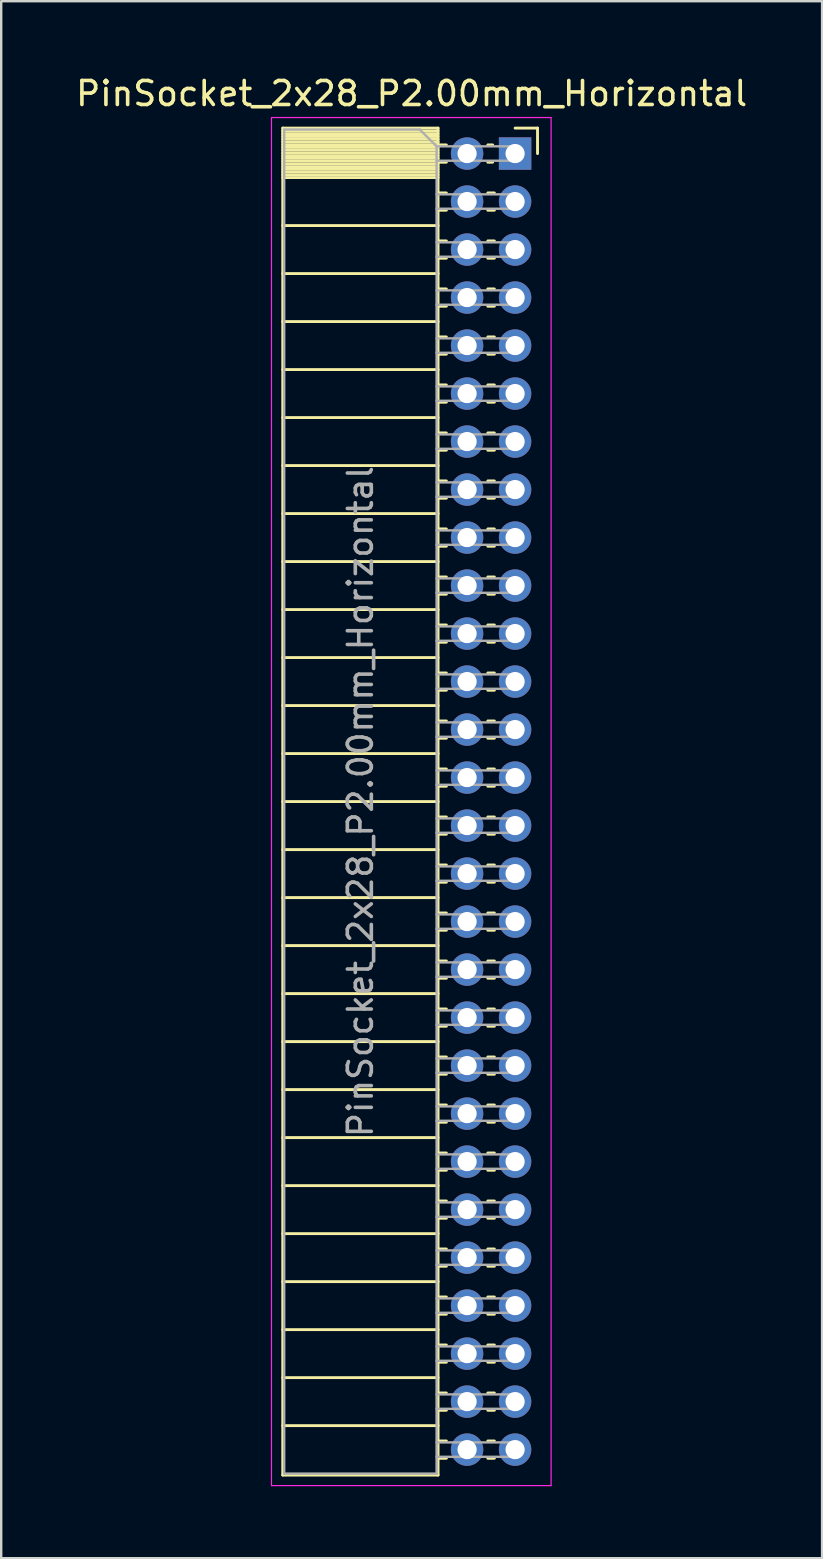
<source format=kicad_pcb>
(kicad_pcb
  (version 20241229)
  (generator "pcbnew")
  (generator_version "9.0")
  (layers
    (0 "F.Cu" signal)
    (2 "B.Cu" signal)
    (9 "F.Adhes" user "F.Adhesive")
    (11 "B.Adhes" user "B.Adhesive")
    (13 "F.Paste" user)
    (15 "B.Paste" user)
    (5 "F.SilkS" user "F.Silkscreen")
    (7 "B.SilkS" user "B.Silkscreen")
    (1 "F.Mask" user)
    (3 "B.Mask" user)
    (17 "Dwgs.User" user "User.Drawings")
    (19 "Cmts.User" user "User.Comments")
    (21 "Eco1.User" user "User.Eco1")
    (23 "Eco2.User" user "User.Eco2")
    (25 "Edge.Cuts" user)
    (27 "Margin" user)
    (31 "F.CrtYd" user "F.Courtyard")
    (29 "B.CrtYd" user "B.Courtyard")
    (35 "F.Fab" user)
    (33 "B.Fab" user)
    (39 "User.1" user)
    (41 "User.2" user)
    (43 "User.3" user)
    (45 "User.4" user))
  (footprint "PinSocket_2x28_P2.00mm_Horizontal"
    (layer "F.Cu")
    (at 18.411 3.348)
    (property "Reference" "PinSocket_2x28_P2.00mm_Horizontal" (at -4.31 -2.5 0) (layer "F.SilkS") (effects (font (size 1 1) (thickness 0.15))))
    (attr through_hole)
    (fp_line (start -9.68 -1.06) (end -9.68 55.06) (stroke (width 0.12) (type solid)) (layer "F.SilkS"))
    (fp_line (start -9.68 -1.06) (end -3.21 -1.06) (stroke (width 0.12) (type solid)) (layer "F.SilkS"))
    (fp_line (start -9.68 -0.94) (end -3.21 -0.94) (stroke (width 0.12) (type solid)) (layer "F.SilkS"))
    (fp_line (start -9.68 -0.826) (end -3.21 -0.826) (stroke (width 0.12) (type solid)) (layer "F.SilkS"))
    (fp_line (start -9.68 -0.712) (end -3.21 -0.712) (stroke (width 0.12) (type solid)) (layer "F.SilkS"))
    (fp_line (start -9.68 -0.598) (end -3.21 -0.598) (stroke (width 0.12) (type solid)) (layer "F.SilkS"))
    (fp_line (start -9.68 -0.484) (end -3.21 -0.484) (stroke (width 0.12) (type solid)) (layer "F.SilkS"))
    (fp_line (start -9.68 -0.369) (end -3.21 -0.369) (stroke (width 0.12) (type solid)) (layer "F.SilkS"))
    (fp_line (start -9.68 -0.255) (end -3.21 -0.255) (stroke (width 0.12) (type solid)) (layer "F.SilkS"))
    (fp_line (start -9.68 -0.141) (end -3.21 -0.141) (stroke (width 0.12) (type solid)) (layer "F.SilkS"))
    (fp_line (start -9.68 -0.027) (end -3.21 -0.027) (stroke (width 0.12) (type solid)) (layer "F.SilkS"))
    (fp_line (start -9.68 0.087) (end -3.21 0.087) (stroke (width 0.12) (type solid)) (layer "F.SilkS"))
    (fp_line (start -9.68 0.201) (end -3.21 0.201) (stroke (width 0.12) (type solid)) (layer "F.SilkS"))
    (fp_line (start -9.68 0.315) (end -3.21 0.315) (stroke (width 0.12) (type solid)) (layer "F.SilkS"))
    (fp_line (start -9.68 0.429) (end -3.21 0.429) (stroke (width 0.12) (type solid)) (layer "F.SilkS"))
    (fp_line (start -9.68 0.544) (end -3.21 0.544) (stroke (width 0.12) (type solid)) (layer "F.SilkS"))
    (fp_line (start -9.68 0.658) (end -3.21 0.658) (stroke (width 0.12) (type solid)) (layer "F.SilkS"))
    (fp_line (start -9.68 0.772) (end -3.21 0.772) (stroke (width 0.12) (type solid)) (layer "F.SilkS"))
    (fp_line (start -9.68 0.886) (end -3.21 0.886) (stroke (width 0.12) (type solid)) (layer "F.SilkS"))
    (fp_line (start -9.68 1) (end -3.21 1) (stroke (width 0.12) (type solid)) (layer "F.SilkS"))
    (fp_line (start -9.68 3) (end -3.21 3) (stroke (width 0.12) (type solid)) (layer "F.SilkS"))
    (fp_line (start -9.68 5) (end -3.21 5) (stroke (width 0.12) (type solid)) (layer "F.SilkS"))
    (fp_line (start -9.68 7) (end -3.21 7) (stroke (width 0.12) (type solid)) (layer "F.SilkS"))
    (fp_line (start -9.68 9) (end -3.21 9) (stroke (width 0.12) (type solid)) (layer "F.SilkS"))
    (fp_line (start -9.68 11) (end -3.21 11) (stroke (width 0.12) (type solid)) (layer "F.SilkS"))
    (fp_line (start -9.68 13) (end -3.21 13) (stroke (width 0.12) (type solid)) (layer "F.SilkS"))
    (fp_line (start -9.68 15) (end -3.21 15) (stroke (width 0.12) (type solid)) (layer "F.SilkS"))
    (fp_line (start -9.68 17) (end -3.21 17) (stroke (width 0.12) (type solid)) (layer "F.SilkS"))
    (fp_line (start -9.68 19) (end -3.21 19) (stroke (width 0.12) (type solid)) (layer "F.SilkS"))
    (fp_line (start -9.68 21) (end -3.21 21) (stroke (width 0.12) (type solid)) (layer "F.SilkS"))
    (fp_line (start -9.68 23) (end -3.21 23) (stroke (width 0.12) (type solid)) (layer "F.SilkS"))
    (fp_line (start -9.68 25) (end -3.21 25) (stroke (width 0.12) (type solid)) (layer "F.SilkS"))
    (fp_line (start -9.68 27) (end -3.21 27) (stroke (width 0.12) (type solid)) (layer "F.SilkS"))
    (fp_line (start -9.68 29) (end -3.21 29) (stroke (width 0.12) (type solid)) (layer "F.SilkS"))
    (fp_line (start -9.68 31) (end -3.21 31) (stroke (width 0.12) (type solid)) (layer "F.SilkS"))
    (fp_line (start -9.68 33) (end -3.21 33) (stroke (width 0.12) (type solid)) (layer "F.SilkS"))
    (fp_line (start -9.68 35) (end -3.21 35) (stroke (width 0.12) (type solid)) (layer "F.SilkS"))
    (fp_line (start -9.68 37) (end -3.21 37) (stroke (width 0.12) (type solid)) (layer "F.SilkS"))
    (fp_line (start -9.68 39) (end -3.21 39) (stroke (width 0.12) (type solid)) (layer "F.SilkS"))
    (fp_line (start -9.68 41) (end -3.21 41) (stroke (width 0.12) (type solid)) (layer "F.SilkS"))
    (fp_line (start -9.68 43) (end -3.21 43) (stroke (width 0.12) (type solid)) (layer "F.SilkS"))
    (fp_line (start -9.68 45) (end -3.21 45) (stroke (width 0.12) (type solid)) (layer "F.SilkS"))
    (fp_line (start -9.68 47) (end -3.21 47) (stroke (width 0.12) (type solid)) (layer "F.SilkS"))
    (fp_line (start -9.68 49) (end -3.21 49) (stroke (width 0.12) (type solid)) (layer "F.SilkS"))
    (fp_line (start -9.68 51) (end -3.21 51) (stroke (width 0.12) (type solid)) (layer "F.SilkS"))
    (fp_line (start -9.68 53) (end -3.21 53) (stroke (width 0.12) (type solid)) (layer "F.SilkS"))
    (fp_line (start -9.68 55.06) (end -3.21 55.06) (stroke (width 0.12) (type solid)) (layer "F.SilkS"))
    (fp_line (start -3.21 -1.06) (end -3.21 55.06) (stroke (width 0.12) (type solid)) (layer "F.SilkS"))
    (fp_line (start -3.21 -0.36) (end -2.863 -0.36) (stroke (width 0.12) (type solid)) (layer "F.SilkS"))
    (fp_line (start -3.21 0.36) (end -2.863 0.36) (stroke (width 0.12) (type solid)) (layer "F.SilkS"))
    (fp_line (start -3.21 1.64) (end -2.863 1.64) (stroke (width 0.12) (type solid)) (layer "F.SilkS"))
    (fp_line (start -3.21 2.36) (end -2.863 2.36) (stroke (width 0.12) (type solid)) (layer "F.SilkS"))
    (fp_line (start -3.21 3.64) (end -2.863 3.64) (stroke (width 0.12) (type solid)) (layer "F.SilkS"))
    (fp_line (start -3.21 4.36) (end -2.863 4.36) (stroke (width 0.12) (type solid)) (layer "F.SilkS"))
    (fp_line (start -3.21 5.64) (end -2.863 5.64) (stroke (width 0.12) (type solid)) (layer "F.SilkS"))
    (fp_line (start -3.21 6.36) (end -2.863 6.36) (stroke (width 0.12) (type solid)) (layer "F.SilkS"))
    (fp_line (start -3.21 7.64) (end -2.863 7.64) (stroke (width 0.12) (type solid)) (layer "F.SilkS"))
    (fp_line (start -3.21 8.36) (end -2.863 8.36) (stroke (width 0.12) (type solid)) (layer "F.SilkS"))
    (fp_line (start -3.21 9.64) (end -2.863 9.64) (stroke (width 0.12) (type solid)) (layer "F.SilkS"))
    (fp_line (start -3.21 10.36) (end -2.863 10.36) (stroke (width 0.12) (type solid)) (layer "F.SilkS"))
    (fp_line (start -3.21 11.64) (end -2.863 11.64) (stroke (width 0.12) (type solid)) (layer "F.SilkS"))
    (fp_line (start -3.21 12.36) (end -2.863 12.36) (stroke (width 0.12) (type solid)) (layer "F.SilkS"))
    (fp_line (start -3.21 13.64) (end -2.863 13.64) (stroke (width 0.12) (type solid)) (layer "F.SilkS"))
    (fp_line (start -3.21 14.36) (end -2.863 14.36) (stroke (width 0.12) (type solid)) (layer "F.SilkS"))
    (fp_line (start -3.21 15.64) (end -2.863 15.64) (stroke (width 0.12) (type solid)) (layer "F.SilkS"))
    (fp_line (start -3.21 16.36) (end -2.863 16.36) (stroke (width 0.12) (type solid)) (layer "F.SilkS"))
    (fp_line (start -3.21 17.64) (end -2.863 17.64) (stroke (width 0.12) (type solid)) (layer "F.SilkS"))
    (fp_line (start -3.21 18.36) (end -2.863 18.36) (stroke (width 0.12) (type solid)) (layer "F.SilkS"))
    (fp_line (start -3.21 19.64) (end -2.863 19.64) (stroke (width 0.12) (type solid)) (layer "F.SilkS"))
    (fp_line (start -3.21 20.36) (end -2.863 20.36) (stroke (width 0.12) (type solid)) (layer "F.SilkS"))
    (fp_line (start -3.21 21.64) (end -2.863 21.64) (stroke (width 0.12) (type solid)) (layer "F.SilkS"))
    (fp_line (start -3.21 22.36) (end -2.863 22.36) (stroke (width 0.12) (type solid)) (layer "F.SilkS"))
    (fp_line (start -3.21 23.64) (end -2.863 23.64) (stroke (width 0.12) (type solid)) (layer "F.SilkS"))
    (fp_line (start -3.21 24.36) (end -2.863 24.36) (stroke (width 0.12) (type solid)) (layer "F.SilkS"))
    (fp_line (start -3.21 25.64) (end -2.863 25.64) (stroke (width 0.12) (type solid)) (layer "F.SilkS"))
    (fp_line (start -3.21 26.36) (end -2.863 26.36) (stroke (width 0.12) (type solid)) (layer "F.SilkS"))
    (fp_line (start -3.21 27.64) (end -2.863 27.64) (stroke (width 0.12) (type solid)) (layer "F.SilkS"))
    (fp_line (start -3.21 28.36) (end -2.863 28.36) (stroke (width 0.12) (type solid)) (layer "F.SilkS"))
    (fp_line (start -3.21 29.64) (end -2.863 29.64) (stroke (width 0.12) (type solid)) (layer "F.SilkS"))
    (fp_line (start -3.21 30.36) (end -2.863 30.36) (stroke (width 0.12) (type solid)) (layer "F.SilkS"))
    (fp_line (start -3.21 31.64) (end -2.863 31.64) (stroke (width 0.12) (type solid)) (layer "F.SilkS"))
    (fp_line (start -3.21 32.36) (end -2.863 32.36) (stroke (width 0.12) (type solid)) (layer "F.SilkS"))
    (fp_line (start -3.21 33.64) (end -2.863 33.64) (stroke (width 0.12) (type solid)) (layer "F.SilkS"))
    (fp_line (start -3.21 34.36) (end -2.863 34.36) (stroke (width 0.12) (type solid)) (layer "F.SilkS"))
    (fp_line (start -3.21 35.64) (end -2.863 35.64) (stroke (width 0.12) (type solid)) (layer "F.SilkS"))
    (fp_line (start -3.21 36.36) (end -2.863 36.36) (stroke (width 0.12) (type solid)) (layer "F.SilkS"))
    (fp_line (start -3.21 37.64) (end -2.863 37.64) (stroke (width 0.12) (type solid)) (layer "F.SilkS"))
    (fp_line (start -3.21 38.36) (end -2.863 38.36) (stroke (width 0.12) (type solid)) (layer "F.SilkS"))
    (fp_line (start -3.21 39.64) (end -2.863 39.64) (stroke (width 0.12) (type solid)) (layer "F.SilkS"))
    (fp_line (start -3.21 40.36) (end -2.863 40.36) (stroke (width 0.12) (type solid)) (layer "F.SilkS"))
    (fp_line (start -3.21 41.64) (end -2.863 41.64) (stroke (width 0.12) (type solid)) (layer "F.SilkS"))
    (fp_line (start -3.21 42.36) (end -2.863 42.36) (stroke (width 0.12) (type solid)) (layer "F.SilkS"))
    (fp_line (start -3.21 43.64) (end -2.863 43.64) (stroke (width 0.12) (type solid)) (layer "F.SilkS"))
    (fp_line (start -3.21 44.36) (end -2.863 44.36) (stroke (width 0.12) (type solid)) (layer "F.SilkS"))
    (fp_line (start -3.21 45.64) (end -2.863 45.64) (stroke (width 0.12) (type solid)) (layer "F.SilkS"))
    (fp_line (start -3.21 46.36) (end -2.863 46.36) (stroke (width 0.12) (type solid)) (layer "F.SilkS"))
    (fp_line (start -3.21 47.64) (end -2.863 47.64) (stroke (width 0.12) (type solid)) (layer "F.SilkS"))
    (fp_line (start -3.21 48.36) (end -2.863 48.36) (stroke (width 0.12) (type solid)) (layer "F.SilkS"))
    (fp_line (start -3.21 49.64) (end -2.863 49.64) (stroke (width 0.12) (type solid)) (layer "F.SilkS"))
    (fp_line (start -3.21 50.36) (end -2.863 50.36) (stroke (width 0.12) (type solid)) (layer "F.SilkS"))
    (fp_line (start -3.21 51.64) (end -2.863 51.64) (stroke (width 0.12) (type solid)) (layer "F.SilkS"))
    (fp_line (start -3.21 52.36) (end -2.863 52.36) (stroke (width 0.12) (type solid)) (layer "F.SilkS"))
    (fp_line (start -3.21 53.64) (end -2.863 53.64) (stroke (width 0.12) (type solid)) (layer "F.SilkS"))
    (fp_line (start -3.21 54.36) (end -2.863 54.36) (stroke (width 0.12) (type solid)) (layer "F.SilkS"))
    (fp_line (start -1.137 -0.36) (end -0.935 -0.36) (stroke (width 0.12) (type solid)) (layer "F.SilkS"))
    (fp_line (start -1.137 0.36) (end -0.935 0.36) (stroke (width 0.12) (type solid)) (layer "F.SilkS"))
    (fp_line (start -1.137 1.64) (end -0.863 1.64) (stroke (width 0.12) (type solid)) (layer "F.SilkS"))
    (fp_line (start -1.137 2.36) (end -0.863 2.36) (stroke (width 0.12) (type solid)) (layer "F.SilkS"))
    (fp_line (start -1.137 3.64) (end -0.863 3.64) (stroke (width 0.12) (type solid)) (layer "F.SilkS"))
    (fp_line (start -1.137 4.36) (end -0.863 4.36) (stroke (width 0.12) (type solid)) (layer "F.SilkS"))
    (fp_line (start -1.137 5.64) (end -0.863 5.64) (stroke (width 0.12) (type solid)) (layer "F.SilkS"))
    (fp_line (start -1.137 6.36) (end -0.863 6.36) (stroke (width 0.12) (type solid)) (layer "F.SilkS"))
    (fp_line (start -1.137 7.64) (end -0.863 7.64) (stroke (width 0.12) (type solid)) (layer "F.SilkS"))
    (fp_line (start -1.137 8.36) (end -0.863 8.36) (stroke (width 0.12) (type solid)) (layer "F.SilkS"))
    (fp_line (start -1.137 9.64) (end -0.863 9.64) (stroke (width 0.12) (type solid)) (layer "F.SilkS"))
    (fp_line (start -1.137 10.36) (end -0.863 10.36) (stroke (width 0.12) (type solid)) (layer "F.SilkS"))
    (fp_line (start -1.137 11.64) (end -0.863 11.64) (stroke (width 0.12) (type solid)) (layer "F.SilkS"))
    (fp_line (start -1.137 12.36) (end -0.863 12.36) (stroke (width 0.12) (type solid)) (layer "F.SilkS"))
    (fp_line (start -1.137 13.64) (end -0.863 13.64) (stroke (width 0.12) (type solid)) (layer "F.SilkS"))
    (fp_line (start -1.137 14.36) (end -0.863 14.36) (stroke (width 0.12) (type solid)) (layer "F.SilkS"))
    (fp_line (start -1.137 15.64) (end -0.863 15.64) (stroke (width 0.12) (type solid)) (layer "F.SilkS"))
    (fp_line (start -1.137 16.36) (end -0.863 16.36) (stroke (width 0.12) (type solid)) (layer "F.SilkS"))
    (fp_line (start -1.137 17.64) (end -0.863 17.64) (stroke (width 0.12) (type solid)) (layer "F.SilkS"))
    (fp_line (start -1.137 18.36) (end -0.863 18.36) (stroke (width 0.12) (type solid)) (layer "F.SilkS"))
    (fp_line (start -1.137 19.64) (end -0.863 19.64) (stroke (width 0.12) (type solid)) (layer "F.SilkS"))
    (fp_line (start -1.137 20.36) (end -0.863 20.36) (stroke (width 0.12) (type solid)) (layer "F.SilkS"))
    (fp_line (start -1.137 21.64) (end -0.863 21.64) (stroke (width 0.12) (type solid)) (layer "F.SilkS"))
    (fp_line (start -1.137 22.36) (end -0.863 22.36) (stroke (width 0.12) (type solid)) (layer "F.SilkS"))
    (fp_line (start -1.137 23.64) (end -0.863 23.64) (stroke (width 0.12) (type solid)) (layer "F.SilkS"))
    (fp_line (start -1.137 24.36) (end -0.863 24.36) (stroke (width 0.12) (type solid)) (layer "F.SilkS"))
    (fp_line (start -1.137 25.64) (end -0.863 25.64) (stroke (width 0.12) (type solid)) (layer "F.SilkS"))
    (fp_line (start -1.137 26.36) (end -0.863 26.36) (stroke (width 0.12) (type solid)) (layer "F.SilkS"))
    (fp_line (start -1.137 27.64) (end -0.863 27.64) (stroke (width 0.12) (type solid)) (layer "F.SilkS"))
    (fp_line (start -1.137 28.36) (end -0.863 28.36) (stroke (width 0.12) (type solid)) (layer "F.SilkS"))
    (fp_line (start -1.137 29.64) (end -0.863 29.64) (stroke (width 0.12) (type solid)) (layer "F.SilkS"))
    (fp_line (start -1.137 30.36) (end -0.863 30.36) (stroke (width 0.12) (type solid)) (layer "F.SilkS"))
    (fp_line (start -1.137 31.64) (end -0.863 31.64) (stroke (width 0.12) (type solid)) (layer "F.SilkS"))
    (fp_line (start -1.137 32.36) (end -0.863 32.36) (stroke (width 0.12) (type solid)) (layer "F.SilkS"))
    (fp_line (start -1.137 33.64) (end -0.863 33.64) (stroke (width 0.12) (type solid)) (layer "F.SilkS"))
    (fp_line (start -1.137 34.36) (end -0.863 34.36) (stroke (width 0.12) (type solid)) (layer "F.SilkS"))
    (fp_line (start -1.137 35.64) (end -0.863 35.64) (stroke (width 0.12) (type solid)) (layer "F.SilkS"))
    (fp_line (start -1.137 36.36) (end -0.863 36.36) (stroke (width 0.12) (type solid)) (layer "F.SilkS"))
    (fp_line (start -1.137 37.64) (end -0.863 37.64) (stroke (width 0.12) (type solid)) (layer "F.SilkS"))
    (fp_line (start -1.137 38.36) (end -0.863 38.36) (stroke (width 0.12) (type solid)) (layer "F.SilkS"))
    (fp_line (start -1.137 39.64) (end -0.863 39.64) (stroke (width 0.12) (type solid)) (layer "F.SilkS"))
    (fp_line (start -1.137 40.36) (end -0.863 40.36) (stroke (width 0.12) (type solid)) (layer "F.SilkS"))
    (fp_line (start -1.137 41.64) (end -0.863 41.64) (stroke (width 0.12) (type solid)) (layer "F.SilkS"))
    (fp_line (start -1.137 42.36) (end -0.863 42.36) (stroke (width 0.12) (type solid)) (layer "F.SilkS"))
    (fp_line (start -1.137 43.64) (end -0.863 43.64) (stroke (width 0.12) (type solid)) (layer "F.SilkS"))
    (fp_line (start -1.137 44.36) (end -0.863 44.36) (stroke (width 0.12) (type solid)) (layer "F.SilkS"))
    (fp_line (start -1.137 45.64) (end -0.863 45.64) (stroke (width 0.12) (type solid)) (layer "F.SilkS"))
    (fp_line (start -1.137 46.36) (end -0.863 46.36) (stroke (width 0.12) (type solid)) (layer "F.SilkS"))
    (fp_line (start -1.137 47.64) (end -0.863 47.64) (stroke (width 0.12) (type solid)) (layer "F.SilkS"))
    (fp_line (start -1.137 48.36) (end -0.863 48.36) (stroke (width 0.12) (type solid)) (layer "F.SilkS"))
    (fp_line (start -1.137 49.64) (end -0.863 49.64) (stroke (width 0.12) (type solid)) (layer "F.SilkS"))
    (fp_line (start -1.137 50.36) (end -0.863 50.36) (stroke (width 0.12) (type solid)) (layer "F.SilkS"))
    (fp_line (start -1.137 51.64) (end -0.863 51.64) (stroke (width 0.12) (type solid)) (layer "F.SilkS"))
    (fp_line (start -1.137 52.36) (end -0.863 52.36) (stroke (width 0.12) (type solid)) (layer "F.SilkS"))
    (fp_line (start -1.137 53.64) (end -0.863 53.64) (stroke (width 0.12) (type solid)) (layer "F.SilkS"))
    (fp_line (start -1.137 54.36) (end -0.863 54.36) (stroke (width 0.12) (type solid)) (layer "F.SilkS"))
    (fp_line (start 0 -1.06) (end 0.935 -1.06) (stroke (width 0.12) (type solid)) (layer "F.SilkS"))
    (fp_line (start 0.935 -1.06) (end 0.935 0) (stroke (width 0.12) (type solid)) (layer "F.SilkS"))
    (fp_line (start -10.15 -1.5) (end -10.15 55.5) (stroke (width 0.05) (type solid)) (layer "F.CrtYd"))
    (fp_line (start -10.15 55.5) (end 1.5 55.5) (stroke (width 0.05) (type solid)) (layer "F.CrtYd"))
    (fp_line (start 1.5 -1.5) (end -10.15 -1.5) (stroke (width 0.05) (type solid)) (layer "F.CrtYd"))
    (fp_line (start 1.5 55.5) (end 1.5 -1.5) (stroke (width 0.05) (type solid)) (layer "F.CrtYd"))
    (fp_line (start -9.62 -1) (end -3.97 -1) (stroke (width 0.1) (type solid)) (layer "F.Fab"))
    (fp_line (start -9.62 55) (end -9.62 -1) (stroke (width 0.1) (type solid)) (layer "F.Fab"))
    (fp_line (start -3.97 -1) (end -3.27 -0.3) (stroke (width 0.1) (type solid)) (layer "F.Fab"))
    (fp_line (start -3.27 -0.3) (end -3.27 55) (stroke (width 0.1) (type solid)) (layer "F.Fab"))
    (fp_line (start -3.27 0.3) (end 0 0.3) (stroke (width 0.1) (type solid)) (layer "F.Fab"))
    (fp_line (start -3.27 2.3) (end 0 2.3) (stroke (width 0.1) (type solid)) (layer "F.Fab"))
    (fp_line (start -3.27 4.3) (end 0 4.3) (stroke (width 0.1) (type solid)) (layer "F.Fab"))
    (fp_line (start -3.27 6.3) (end 0 6.3) (stroke (width 0.1) (type solid)) (layer "F.Fab"))
    (fp_line (start -3.27 8.3) (end 0 8.3) (stroke (width 0.1) (type solid)) (layer "F.Fab"))
    (fp_line (start -3.27 10.3) (end 0 10.3) (stroke (width 0.1) (type solid)) (layer "F.Fab"))
    (fp_line (start -3.27 12.3) (end 0 12.3) (stroke (width 0.1) (type solid)) (layer "F.Fab"))
    (fp_line (start -3.27 14.3) (end 0 14.3) (stroke (width 0.1) (type solid)) (layer "F.Fab"))
    (fp_line (start -3.27 16.3) (end 0 16.3) (stroke (width 0.1) (type solid)) (layer "F.Fab"))
    (fp_line (start -3.27 18.3) (end 0 18.3) (stroke (width 0.1) (type solid)) (layer "F.Fab"))
    (fp_line (start -3.27 20.3) (end 0 20.3) (stroke (width 0.1) (type solid)) (layer "F.Fab"))
    (fp_line (start -3.27 22.3) (end 0 22.3) (stroke (width 0.1) (type solid)) (layer "F.Fab"))
    (fp_line (start -3.27 24.3) (end 0 24.3) (stroke (width 0.1) (type solid)) (layer "F.Fab"))
    (fp_line (start -3.27 26.3) (end 0 26.3) (stroke (width 0.1) (type solid)) (layer "F.Fab"))
    (fp_line (start -3.27 28.3) (end 0 28.3) (stroke (width 0.1) (type solid)) (layer "F.Fab"))
    (fp_line (start -3.27 30.3) (end 0 30.3) (stroke (width 0.1) (type solid)) (layer "F.Fab"))
    (fp_line (start -3.27 32.3) (end 0 32.3) (stroke (width 0.1) (type solid)) (layer "F.Fab"))
    (fp_line (start -3.27 34.3) (end 0 34.3) (stroke (width 0.1) (type solid)) (layer "F.Fab"))
    (fp_line (start -3.27 36.3) (end 0 36.3) (stroke (width 0.1) (type solid)) (layer "F.Fab"))
    (fp_line (start -3.27 38.3) (end 0 38.3) (stroke (width 0.1) (type solid)) (layer "F.Fab"))
    (fp_line (start -3.27 40.3) (end 0 40.3) (stroke (width 0.1) (type solid)) (layer "F.Fab"))
    (fp_line (start -3.27 42.3) (end 0 42.3) (stroke (width 0.1) (type solid)) (layer "F.Fab"))
    (fp_line (start -3.27 44.3) (end 0 44.3) (stroke (width 0.1) (type solid)) (layer "F.Fab"))
    (fp_line (start -3.27 46.3) (end 0 46.3) (stroke (width 0.1) (type solid)) (layer "F.Fab"))
    (fp_line (start -3.27 48.3) (end 0 48.3) (stroke (width 0.1) (type solid)) (layer "F.Fab"))
    (fp_line (start -3.27 50.3) (end 0 50.3) (stroke (width 0.1) (type solid)) (layer "F.Fab"))
    (fp_line (start -3.27 52.3) (end 0 52.3) (stroke (width 0.1) (type solid)) (layer "F.Fab"))
    (fp_line (start -3.27 54.3) (end 0 54.3) (stroke (width 0.1) (type solid)) (layer "F.Fab"))
    (fp_line (start -3.27 55) (end -9.62 55) (stroke (width 0.1) (type solid)) (layer "F.Fab"))
    (fp_line (start 0 -0.3) (end -3.27 -0.3) (stroke (width 0.1) (type solid)) (layer "F.Fab"))
    (fp_line (start 0 0.3) (end 0 -0.3) (stroke (width 0.1) (type solid)) (layer "F.Fab"))
    (fp_line (start 0 1.7) (end -3.27 1.7) (stroke (width 0.1) (type solid)) (layer "F.Fab"))
    (fp_line (start 0 2.3) (end 0 1.7) (stroke (width 0.1) (type solid)) (layer "F.Fab"))
    (fp_line (start 0 3.7) (end -3.27 3.7) (stroke (width 0.1) (type solid)) (layer "F.Fab"))
    (fp_line (start 0 4.3) (end 0 3.7) (stroke (width 0.1) (type solid)) (layer "F.Fab"))
    (fp_line (start 0 5.7) (end -3.27 5.7) (stroke (width 0.1) (type solid)) (layer "F.Fab"))
    (fp_line (start 0 6.3) (end 0 5.7) (stroke (width 0.1) (type solid)) (layer "F.Fab"))
    (fp_line (start 0 7.7) (end -3.27 7.7) (stroke (width 0.1) (type solid)) (layer "F.Fab"))
    (fp_line (start 0 8.3) (end 0 7.7) (stroke (width 0.1) (type solid)) (layer "F.Fab"))
    (fp_line (start 0 9.7) (end -3.27 9.7) (stroke (width 0.1) (type solid)) (layer "F.Fab"))
    (fp_line (start 0 10.3) (end 0 9.7) (stroke (width 0.1) (type solid)) (layer "F.Fab"))
    (fp_line (start 0 11.7) (end -3.27 11.7) (stroke (width 0.1) (type solid)) (layer "F.Fab"))
    (fp_line (start 0 12.3) (end 0 11.7) (stroke (width 0.1) (type solid)) (layer "F.Fab"))
    (fp_line (start 0 13.7) (end -3.27 13.7) (stroke (width 0.1) (type solid)) (layer "F.Fab"))
    (fp_line (start 0 14.3) (end 0 13.7) (stroke (width 0.1) (type solid)) (layer "F.Fab"))
    (fp_line (start 0 15.7) (end -3.27 15.7) (stroke (width 0.1) (type solid)) (layer "F.Fab"))
    (fp_line (start 0 16.3) (end 0 15.7) (stroke (width 0.1) (type solid)) (layer "F.Fab"))
    (fp_line (start 0 17.7) (end -3.27 17.7) (stroke (width 0.1) (type solid)) (layer "F.Fab"))
    (fp_line (start 0 18.3) (end 0 17.7) (stroke (width 0.1) (type solid)) (layer "F.Fab"))
    (fp_line (start 0 19.7) (end -3.27 19.7) (stroke (width 0.1) (type solid)) (layer "F.Fab"))
    (fp_line (start 0 20.3) (end 0 19.7) (stroke (width 0.1) (type solid)) (layer "F.Fab"))
    (fp_line (start 0 21.7) (end -3.27 21.7) (stroke (width 0.1) (type solid)) (layer "F.Fab"))
    (fp_line (start 0 22.3) (end 0 21.7) (stroke (width 0.1) (type solid)) (layer "F.Fab"))
    (fp_line (start 0 23.7) (end -3.27 23.7) (stroke (width 0.1) (type solid)) (layer "F.Fab"))
    (fp_line (start 0 24.3) (end 0 23.7) (stroke (width 0.1) (type solid)) (layer "F.Fab"))
    (fp_line (start 0 25.7) (end -3.27 25.7) (stroke (width 0.1) (type solid)) (layer "F.Fab"))
    (fp_line (start 0 26.3) (end 0 25.7) (stroke (width 0.1) (type solid)) (layer "F.Fab"))
    (fp_line (start 0 27.7) (end -3.27 27.7) (stroke (width 0.1) (type solid)) (layer "F.Fab"))
    (fp_line (start 0 28.3) (end 0 27.7) (stroke (width 0.1) (type solid)) (layer "F.Fab"))
    (fp_line (start 0 29.7) (end -3.27 29.7) (stroke (width 0.1) (type solid)) (layer "F.Fab"))
    (fp_line (start 0 30.3) (end 0 29.7) (stroke (width 0.1) (type solid)) (layer "F.Fab"))
    (fp_line (start 0 31.7) (end -3.27 31.7) (stroke (width 0.1) (type solid)) (layer "F.Fab"))
    (fp_line (start 0 32.3) (end 0 31.7) (stroke (width 0.1) (type solid)) (layer "F.Fab"))
    (fp_line (start 0 33.7) (end -3.27 33.7) (stroke (width 0.1) (type solid)) (layer "F.Fab"))
    (fp_line (start 0 34.3) (end 0 33.7) (stroke (width 0.1) (type solid)) (layer "F.Fab"))
    (fp_line (start 0 35.7) (end -3.27 35.7) (stroke (width 0.1) (type solid)) (layer "F.Fab"))
    (fp_line (start 0 36.3) (end 0 35.7) (stroke (width 0.1) (type solid)) (layer "F.Fab"))
    (fp_line (start 0 37.7) (end -3.27 37.7) (stroke (width 0.1) (type solid)) (layer "F.Fab"))
    (fp_line (start 0 38.3) (end 0 37.7) (stroke (width 0.1) (type solid)) (layer "F.Fab"))
    (fp_line (start 0 39.7) (end -3.27 39.7) (stroke (width 0.1) (type solid)) (layer "F.Fab"))
    (fp_line (start 0 40.3) (end 0 39.7) (stroke (width 0.1) (type solid)) (layer "F.Fab"))
    (fp_line (start 0 41.7) (end -3.27 41.7) (stroke (width 0.1) (type solid)) (layer "F.Fab"))
    (fp_line (start 0 42.3) (end 0 41.7) (stroke (width 0.1) (type solid)) (layer "F.Fab"))
    (fp_line (start 0 43.7) (end -3.27 43.7) (stroke (width 0.1) (type solid)) (layer "F.Fab"))
    (fp_line (start 0 44.3) (end 0 43.7) (stroke (width 0.1) (type solid)) (layer "F.Fab"))
    (fp_line (start 0 45.7) (end -3.27 45.7) (stroke (width 0.1) (type solid)) (layer "F.Fab"))
    (fp_line (start 0 46.3) (end 0 45.7) (stroke (width 0.1) (type solid)) (layer "F.Fab"))
    (fp_line (start 0 47.7) (end -3.27 47.7) (stroke (width 0.1) (type solid)) (layer "F.Fab"))
    (fp_line (start 0 48.3) (end 0 47.7) (stroke (width 0.1) (type solid)) (layer "F.Fab"))
    (fp_line (start 0 49.7) (end -3.27 49.7) (stroke (width 0.1) (type solid)) (layer "F.Fab"))
    (fp_line (start 0 50.3) (end 0 49.7) (stroke (width 0.1) (type solid)) (layer "F.Fab"))
    (fp_line (start 0 51.7) (end -3.27 51.7) (stroke (width 0.1) (type solid)) (layer "F.Fab"))
    (fp_line (start 0 52.3) (end 0 51.7) (stroke (width 0.1) (type solid)) (layer "F.Fab"))
    (fp_line (start 0 53.7) (end -3.27 53.7) (stroke (width 0.1) (type solid)) (layer "F.Fab"))
    (fp_line (start 0 54.3) (end 0 53.7) (stroke (width 0.1) (type solid)) (layer "F.Fab"))
    (fp_text user "${REFERENCE}" (at -6.445 27 90) (layer "F.Fab") (effects (font (size 1 1) (thickness 0.15))))
    (pad "1" thru_hole rect (at 0 0) (size 1.35 1.35) (drill 0.8) (layers "*.Cu" "*.Mask"))
    (pad "2" thru_hole oval (at -2 0) (size 1.35 1.35) (drill 0.8) (layers "*.Cu" "*.Mask"))
    (pad "3" thru_hole oval (at 0 2) (size 1.35 1.35) (drill 0.8) (layers "*.Cu" "*.Mask"))
    (pad "4" thru_hole oval (at -2 2) (size 1.35 1.35) (drill 0.8) (layers "*.Cu" "*.Mask"))
    (pad "5" thru_hole oval (at 0 4) (size 1.35 1.35) (drill 0.8) (layers "*.Cu" "*.Mask"))
    (pad "6" thru_hole oval (at -2 4) (size 1.35 1.35) (drill 0.8) (layers "*.Cu" "*.Mask"))
    (pad "7" thru_hole oval (at 0 6) (size 1.35 1.35) (drill 0.8) (layers "*.Cu" "*.Mask"))
    (pad "8" thru_hole oval (at -2 6) (size 1.35 1.35) (drill 0.8) (layers "*.Cu" "*.Mask"))
    (pad "9" thru_hole oval (at 0 8) (size 1.35 1.35) (drill 0.8) (layers "*.Cu" "*.Mask"))
    (pad "10" thru_hole oval (at -2 8) (size 1.35 1.35) (drill 0.8) (layers "*.Cu" "*.Mask"))
    (pad "11" thru_hole oval (at 0 10) (size 1.35 1.35) (drill 0.8) (layers "*.Cu" "*.Mask"))
    (pad "12" thru_hole oval (at -2 10) (size 1.35 1.35) (drill 0.8) (layers "*.Cu" "*.Mask"))
    (pad "13" thru_hole oval (at 0 12) (size 1.35 1.35) (drill 0.8) (layers "*.Cu" "*.Mask"))
    (pad "14" thru_hole oval (at -2 12) (size 1.35 1.35) (drill 0.8) (layers "*.Cu" "*.Mask"))
    (pad "15" thru_hole oval (at 0 14) (size 1.35 1.35) (drill 0.8) (layers "*.Cu" "*.Mask"))
    (pad "16" thru_hole oval (at -2 14) (size 1.35 1.35) (drill 0.8) (layers "*.Cu" "*.Mask"))
    (pad "17" thru_hole oval (at 0 16) (size 1.35 1.35) (drill 0.8) (layers "*.Cu" "*.Mask"))
    (pad "18" thru_hole oval (at -2 16) (size 1.35 1.35) (drill 0.8) (layers "*.Cu" "*.Mask"))
    (pad "19" thru_hole oval (at 0 18) (size 1.35 1.35) (drill 0.8) (layers "*.Cu" "*.Mask"))
    (pad "20" thru_hole oval (at -2 18) (size 1.35 1.35) (drill 0.8) (layers "*.Cu" "*.Mask"))
    (pad "21" thru_hole oval (at 0 20) (size 1.35 1.35) (drill 0.8) (layers "*.Cu" "*.Mask"))
    (pad "22" thru_hole oval (at -2 20) (size 1.35 1.35) (drill 0.8) (layers "*.Cu" "*.Mask"))
    (pad "23" thru_hole oval (at 0 22) (size 1.35 1.35) (drill 0.8) (layers "*.Cu" "*.Mask"))
    (pad "24" thru_hole oval (at -2 22) (size 1.35 1.35) (drill 0.8) (layers "*.Cu" "*.Mask"))
    (pad "25" thru_hole oval (at 0 24) (size 1.35 1.35) (drill 0.8) (layers "*.Cu" "*.Mask"))
    (pad "26" thru_hole oval (at -2 24) (size 1.35 1.35) (drill 0.8) (layers "*.Cu" "*.Mask"))
    (pad "27" thru_hole oval (at 0 26) (size 1.35 1.35) (drill 0.8) (layers "*.Cu" "*.Mask"))
    (pad "28" thru_hole oval (at -2 26) (size 1.35 1.35) (drill 0.8) (layers "*.Cu" "*.Mask"))
    (pad "29" thru_hole oval (at 0 28) (size 1.35 1.35) (drill 0.8) (layers "*.Cu" "*.Mask"))
    (pad "30" thru_hole oval (at -2 28) (size 1.35 1.35) (drill 0.8) (layers "*.Cu" "*.Mask"))
    (pad "31" thru_hole oval (at 0 30) (size 1.35 1.35) (drill 0.8) (layers "*.Cu" "*.Mask"))
    (pad "32" thru_hole oval (at -2 30) (size 1.35 1.35) (drill 0.8) (layers "*.Cu" "*.Mask"))
    (pad "33" thru_hole oval (at 0 32) (size 1.35 1.35) (drill 0.8) (layers "*.Cu" "*.Mask"))
    (pad "34" thru_hole oval (at -2 32) (size 1.35 1.35) (drill 0.8) (layers "*.Cu" "*.Mask"))
    (pad "35" thru_hole oval (at 0 34) (size 1.35 1.35) (drill 0.8) (layers "*.Cu" "*.Mask"))
    (pad "36" thru_hole oval (at -2 34) (size 1.35 1.35) (drill 0.8) (layers "*.Cu" "*.Mask"))
    (pad "37" thru_hole oval (at 0 36) (size 1.35 1.35) (drill 0.8) (layers "*.Cu" "*.Mask"))
    (pad "38" thru_hole oval (at -2 36) (size 1.35 1.35) (drill 0.8) (layers "*.Cu" "*.Mask"))
    (pad "39" thru_hole oval (at 0 38) (size 1.35 1.35) (drill 0.8) (layers "*.Cu" "*.Mask"))
    (pad "40" thru_hole oval (at -2 38) (size 1.35 1.35) (drill 0.8) (layers "*.Cu" "*.Mask"))
    (pad "41" thru_hole oval (at 0 40) (size 1.35 1.35) (drill 0.8) (layers "*.Cu" "*.Mask"))
    (pad "42" thru_hole oval (at -2 40) (size 1.35 1.35) (drill 0.8) (layers "*.Cu" "*.Mask"))
    (pad "43" thru_hole oval (at 0 42) (size 1.35 1.35) (drill 0.8) (layers "*.Cu" "*.Mask"))
    (pad "44" thru_hole oval (at -2 42) (size 1.35 1.35) (drill 0.8) (layers "*.Cu" "*.Mask"))
    (pad "45" thru_hole oval (at 0 44) (size 1.35 1.35) (drill 0.8) (layers "*.Cu" "*.Mask"))
    (pad "46" thru_hole oval (at -2 44) (size 1.35 1.35) (drill 0.8) (layers "*.Cu" "*.Mask"))
    (pad "47" thru_hole oval (at 0 46) (size 1.35 1.35) (drill 0.8) (layers "*.Cu" "*.Mask"))
    (pad "48" thru_hole oval (at -2 46) (size 1.35 1.35) (drill 0.8) (layers "*.Cu" "*.Mask"))
    (pad "49" thru_hole oval (at 0 48) (size 1.35 1.35) (drill 0.8) (layers "*.Cu" "*.Mask"))
    (pad "50" thru_hole oval (at -2 48) (size 1.35 1.35) (drill 0.8) (layers "*.Cu" "*.Mask"))
    (pad "51" thru_hole oval (at 0 50) (size 1.35 1.35) (drill 0.8) (layers "*.Cu" "*.Mask"))
    (pad "52" thru_hole oval (at -2 50) (size 1.35 1.35) (drill 0.8) (layers "*.Cu" "*.Mask"))
    (pad "53" thru_hole oval (at 0 52) (size 1.35 1.35) (drill 0.8) (layers "*.Cu" "*.Mask"))
    (pad "54" thru_hole oval (at -2 52) (size 1.35 1.35) (drill 0.8) (layers "*.Cu" "*.Mask"))
    (pad "55" thru_hole oval (at 0 54) (size 1.35 1.35) (drill 0.8) (layers "*.Cu" "*.Mask"))
    (pad "56" thru_hole oval (at -2 54) (size 1.35 1.35) (drill 0.8) (layers "*.Cu" "*.Mask")))
  (gr_rect
    (start -3 -3)
    (end 31.202 61.873)
    (stroke (width 0.1) (type default))
    (fill no)
    (layer "Edge.Cuts")))
</source>
